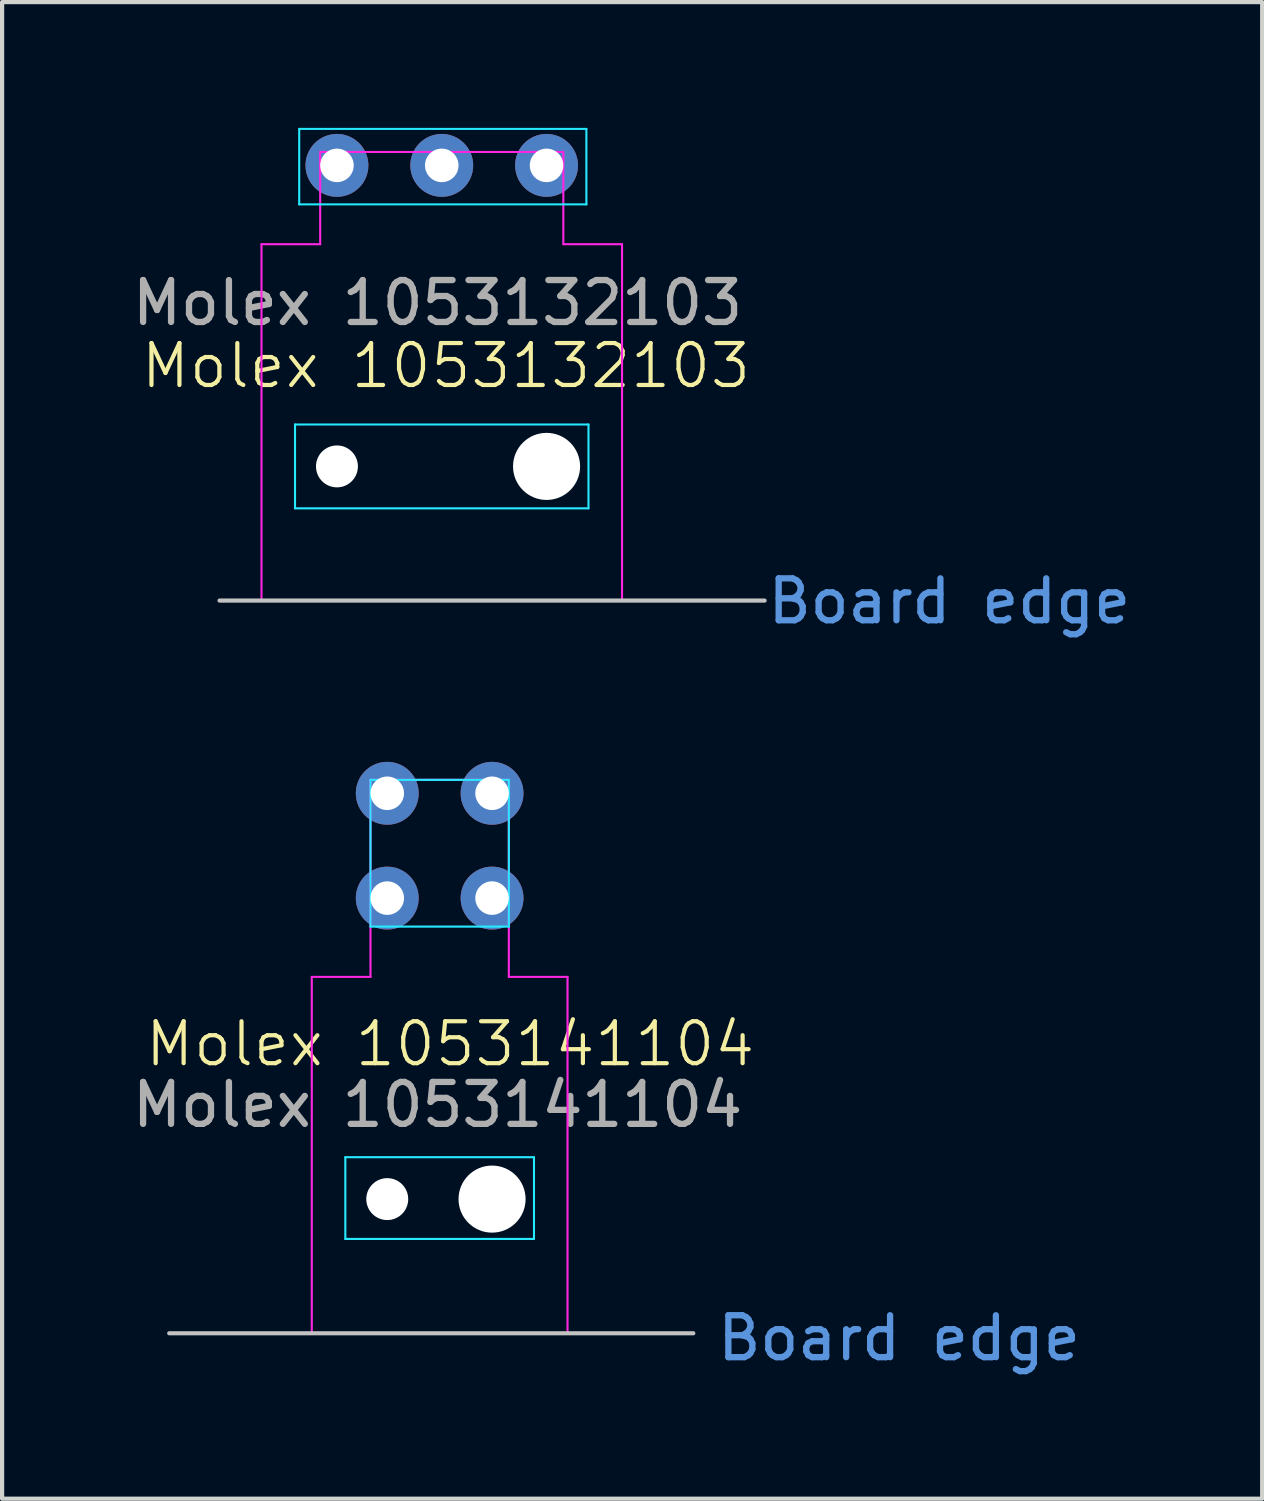
<source format=kicad_pcb>
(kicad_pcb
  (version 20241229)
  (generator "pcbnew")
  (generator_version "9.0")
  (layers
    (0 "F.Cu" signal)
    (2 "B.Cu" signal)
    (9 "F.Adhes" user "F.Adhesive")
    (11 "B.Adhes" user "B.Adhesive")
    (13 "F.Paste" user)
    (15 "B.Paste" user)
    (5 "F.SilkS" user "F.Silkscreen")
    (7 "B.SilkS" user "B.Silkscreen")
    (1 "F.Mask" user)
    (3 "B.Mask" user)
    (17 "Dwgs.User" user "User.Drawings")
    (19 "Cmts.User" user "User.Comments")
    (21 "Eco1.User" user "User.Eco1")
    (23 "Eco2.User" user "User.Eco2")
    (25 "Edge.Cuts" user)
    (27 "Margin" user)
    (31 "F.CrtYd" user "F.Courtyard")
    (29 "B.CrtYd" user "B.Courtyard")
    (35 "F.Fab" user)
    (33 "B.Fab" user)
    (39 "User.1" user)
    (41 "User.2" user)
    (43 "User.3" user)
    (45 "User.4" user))
  (footprint "Molex 1053132103"
    (layer "F.Cu")
    (at 4.987 8.075)
    (property "Reference" "Molex 1053132103" (at 2.6 -2.4 0) (unlocked yes) (layer "F.SilkS") (effects (font (size 1 1) (thickness 0.1))))
    (attr smd)
    (fp_line (start 10.2 3.2) (end -2.8 3.2) (stroke (width 0.1) (type default)) (layer "Dwgs.User"))
    (fp_line (start -1 -1) (end 6 -1) (stroke (width 0.05) (type default)) (layer "B.CrtYd"))
    (fp_line (start -1 1) (end -1 -1) (stroke (width 0.05) (type default)) (layer "B.CrtYd"))
    (fp_line (start -0.9 -8.05) (end 5.95 -8.05) (stroke (width 0.05) (type default)) (layer "B.CrtYd"))
    (fp_line (start -0.9 -6.25) (end -0.9 -8.05) (stroke (width 0.05) (type default)) (layer "B.CrtYd"))
    (fp_line (start 5.95 -8.05) (end 5.95 -6.25) (stroke (width 0.05) (type default)) (layer "B.CrtYd"))
    (fp_line (start 5.95 -6.25) (end -0.9 -6.25) (stroke (width 0.05) (type default)) (layer "B.CrtYd"))
    (fp_line (start 6 -1) (end 6 1) (stroke (width 0.05) (type default)) (layer "B.CrtYd"))
    (fp_line (start 6 1) (end -1 1) (stroke (width 0.05) (type default)) (layer "B.CrtYd"))
    (fp_line (start -1.8 -5.3) (end -0.4 -5.3) (stroke (width 0.05) (type default)) (layer "F.CrtYd"))
    (fp_line (start -1.8 3.2) (end -1.8 -5.3) (stroke (width 0.05) (type default)) (layer "F.CrtYd"))
    (fp_line (start -0.4 -7.5) (end 5.4 -7.5) (stroke (width 0.05) (type default)) (layer "F.CrtYd"))
    (fp_line (start -0.4 -5.3) (end -0.4 -7.5) (stroke (width 0.05) (type default)) (layer "F.CrtYd"))
    (fp_line (start 5.4 -7.5) (end 5.4 -5.3) (stroke (width 0.05) (type default)) (layer "F.CrtYd"))
    (fp_line (start 5.4 -5.3) (end 6.8 -5.3) (stroke (width 0.05) (type default)) (layer "F.CrtYd"))
    (fp_line (start 6.8 -5.3) (end 6.8 3.2) (stroke (width 0.05) (type default)) (layer "F.CrtYd"))
    (fp_line (start 6.8 3.2) (end -1.8 3.2) (stroke (width 0.05) (type default)) (layer "F.CrtYd"))
    (fp_text user "Board edge" (at 10.2 3.8 0) (unlocked yes) (layer "Cmts.User") (effects (font (size 1 1) (thickness 0.15)) (justify left bottom)))
    (fp_text user "${REFERENCE}" (at 2.4 -3.9 0) (unlocked yes) (layer "F.Fab") (effects (font (size 1 1) (thickness 0.15))))
    (pad "" np_thru_hole circle (at 0 0) (size 1 1) (drill 1.6) (layers "*.Cu" "*.Mask"))
    (pad "" np_thru_hole circle (at 5 0) (size 1.6 1.6) (drill 1.6) (layers "*.Cu" "*.Mask"))
    (pad "1" thru_hole circle (at 5 -7.18) (size 1.5 1.5) (drill 0.8) (layers "*.Cu" "*.Mask"))
    (pad "2" thru_hole circle (at 2.5 -7.18) (size 1.5 1.5) (drill 0.8) (layers "*.Cu" "*.Mask"))
    (pad "3" thru_hole circle (at 0 -7.18) (size 1.5 1.5) (drill 0.8) (layers "*.Cu" "*.Mask")))
  (footprint "Molex 1053141104"
    (layer "F.Cu")
    (at 6.187 25.552)
    (property "Reference" "Molex 1053141104" (at 1.5 -3.7 0) (unlocked yes) (layer "F.SilkS") (effects (font (size 1 1) (thickness 0.1))))
    (attr smd)
    (fp_line (start -5.2 3.2) (end 7.3 3.2) (stroke (width 0.1) (type default)) (layer "Dwgs.User"))
    (fp_line (start -1 -1) (end 3.5 -1) (stroke (width 0.05) (type default)) (layer "B.CrtYd"))
    (fp_line (start -1 0.95) (end -1 -1) (stroke (width 0.05) (type default)) (layer "B.CrtYd"))
    (fp_line (start -0.4 -10) (end 2.9 -10) (stroke (width 0.05) (type default)) (layer "B.CrtYd"))
    (fp_line (start -0.4 -6.5) (end -0.4 -10) (stroke (width 0.05) (type default)) (layer "B.CrtYd"))
    (fp_line (start 2.9 -10) (end 2.9 -6.5) (stroke (width 0.05) (type default)) (layer "B.CrtYd"))
    (fp_line (start 2.9 -6.5) (end -0.4 -6.5) (stroke (width 0.05) (type default)) (layer "B.CrtYd"))
    (fp_line (start 3.5 -1) (end 3.5 0.95) (stroke (width 0.05) (type default)) (layer "B.CrtYd"))
    (fp_line (start 3.5 0.95) (end -1 0.95) (stroke (width 0.05) (type default)) (layer "B.CrtYd"))
    (fp_line (start -1.8 -5.3) (end -0.4 -5.3) (stroke (width 0.05) (type default)) (layer "F.CrtYd"))
    (fp_line (start -1.8 3.2) (end -1.8 -5.3) (stroke (width 0.05) (type default)) (layer "F.CrtYd"))
    (fp_line (start -0.4 -10) (end 2.9 -10) (stroke (width 0.05) (type default)) (layer "F.CrtYd"))
    (fp_line (start -0.4 -5.3) (end -0.4 -10) (stroke (width 0.05) (type default)) (layer "F.CrtYd"))
    (fp_line (start 2.9 -10) (end 2.9 -5.3) (stroke (width 0.05) (type default)) (layer "F.CrtYd"))
    (fp_line (start 2.9 -5.3) (end 4.3 -5.3) (stroke (width 0.05) (type default)) (layer "F.CrtYd"))
    (fp_line (start 4.3 -5.3) (end 4.3 3.2) (stroke (width 0.05) (type default)) (layer "F.CrtYd"))
    (fp_line (start 4.3 3.2) (end -1.8 3.2) (stroke (width 0.05) (type default)) (layer "F.CrtYd"))
    (fp_text user "Board edge" (at 7.8 3.9 0) (unlocked yes) (layer "Cmts.User") (effects (font (size 1 1) (thickness 0.15)) (justify left bottom)))
    (fp_text user "${REFERENCE}" (at 1.2 -2.25 0) (unlocked yes) (layer "F.Fab") (effects (font (size 1 1) (thickness 0.15))))
    (pad "" np_thru_hole circle (at 0 0) (size 1 1) (drill 1.6) (layers "*.Cu" "*.Mask"))
    (pad "" np_thru_hole circle (at 2.5 0) (size 1.6 1.6) (drill 1.6) (layers "*.Cu" "*.Mask"))
    (pad "1" thru_hole circle (at 2.5 -9.68) (size 1.5 1.5) (drill 0.8) (layers "*.Cu" "*.Mask"))
    (pad "2" thru_hole circle (at 0 -9.68) (size 1.5 1.5) (drill 0.8) (layers "*.Cu" "*.Mask"))
    (pad "3" thru_hole circle (at 2.5 -7.18) (size 1.5 1.5) (drill 0.8) (layers "*.Cu" "*.Mask"))
    (pad "4" thru_hole circle (at 0 -7.18) (size 1.5 1.5) (drill 0.8) (layers "*.Cu" "*.Mask")))
  (gr_rect
    (start -3 -3)
    (end 27.056 32.698)
    (stroke (width 0.1) (type default))
    (fill no)
    (layer "Edge.Cuts")))
</source>
